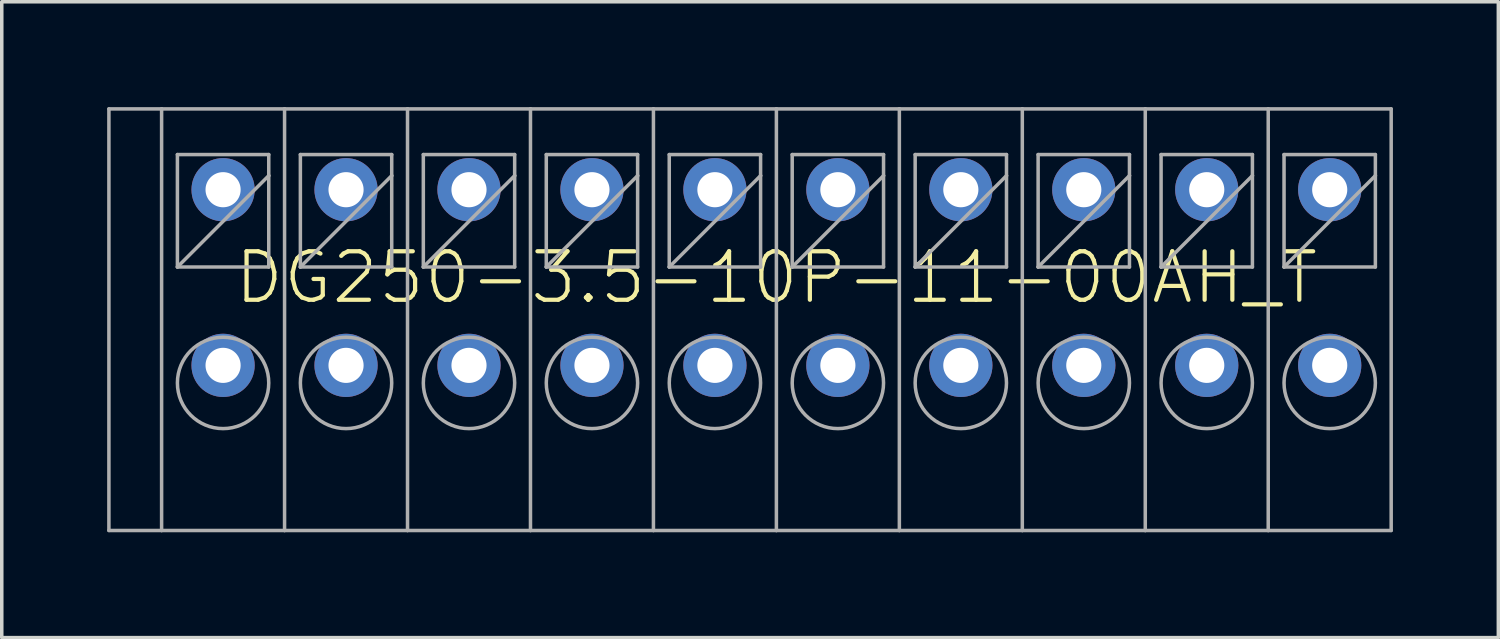
<source format=kicad_pcb>
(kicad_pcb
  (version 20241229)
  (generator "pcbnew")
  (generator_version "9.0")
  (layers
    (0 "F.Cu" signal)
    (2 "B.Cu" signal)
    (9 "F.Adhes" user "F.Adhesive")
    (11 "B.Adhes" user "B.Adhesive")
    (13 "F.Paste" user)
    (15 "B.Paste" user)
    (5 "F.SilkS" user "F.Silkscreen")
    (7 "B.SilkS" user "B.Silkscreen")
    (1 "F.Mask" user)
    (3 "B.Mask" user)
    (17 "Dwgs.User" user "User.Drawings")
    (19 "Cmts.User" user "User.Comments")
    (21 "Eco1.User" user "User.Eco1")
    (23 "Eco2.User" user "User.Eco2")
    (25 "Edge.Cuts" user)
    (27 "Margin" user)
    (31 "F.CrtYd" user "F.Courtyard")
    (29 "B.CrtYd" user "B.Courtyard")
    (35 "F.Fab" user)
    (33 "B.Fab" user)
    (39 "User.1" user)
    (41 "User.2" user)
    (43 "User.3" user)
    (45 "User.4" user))
  (footprint "DG250-3.5-10P-11-00AH_T"
    (layer "F.Cu")
    (at 19.05 4.85)
    (property "Reference" "DG250-3.5-10P-11-00AH_T" (at 0 0 0) (unlocked yes) (layer "F.SilkS") (effects (font (size 1.38 1.38) (thickness 0.12))))
    (fp_line (start -19 -4.8) (end -19 7.2) (stroke (width 0.1) (type solid)) (layer "F.Fab"))
    (fp_line (start -19 -4.8) (end -17.5 -4.8) (stroke (width 0.1) (type solid)) (layer "F.Fab"))
    (fp_line (start -19 7.2) (end -17.5 7.2) (stroke (width 0.1) (type solid)) (layer "F.Fab"))
    (fp_line (start -17.5 -4.8) (end -17.5 7.2) (stroke (width 0.1) (type solid)) (layer "F.Fab"))
    (fp_line (start -17.5 -4.8) (end -14 -4.8) (stroke (width 0.1) (type solid)) (layer "F.Fab"))
    (fp_line (start -17.5 7.2) (end -14 7.2) (stroke (width 0.1) (type solid)) (layer "F.Fab"))
    (fp_line (start -17.05 -3.5) (end -17.05 -0.3) (stroke (width 0.1) (type solid)) (layer "F.Fab"))
    (fp_line (start -17.05 -0.3) (end -14.45 -2.9) (stroke (width 0.1) (type solid)) (layer "F.Fab"))
    (fp_line (start -17.05 -0.3) (end -14.45 -0.3) (stroke (width 0.1) (type solid)) (layer "F.Fab"))
    (fp_line (start -14.45 -3.5) (end -17.05 -3.5) (stroke (width 0.1) (type solid)) (layer "F.Fab"))
    (fp_line (start -14.45 -2.9) (end -14.45 -3.5) (stroke (width 0.1) (type solid)) (layer "F.Fab"))
    (fp_line (start -14.45 -0.3) (end -14.45 -2.9) (stroke (width 0.1) (type solid)) (layer "F.Fab"))
    (fp_line (start -14 -4.8) (end -14 7.2) (stroke (width 0.1) (type solid)) (layer "F.Fab"))
    (fp_line (start -14 -4.8) (end -10.5 -4.8) (stroke (width 0.1) (type solid)) (layer "F.Fab"))
    (fp_line (start -14 7.2) (end -10.5 7.2) (stroke (width 0.1) (type solid)) (layer "F.Fab"))
    (fp_line (start -13.55 -3.5) (end -13.55 -0.3) (stroke (width 0.1) (type solid)) (layer "F.Fab"))
    (fp_line (start -13.55 -0.3) (end -10.95 -2.9) (stroke (width 0.1) (type solid)) (layer "F.Fab"))
    (fp_line (start -13.55 -0.3) (end -10.95 -0.3) (stroke (width 0.1) (type solid)) (layer "F.Fab"))
    (fp_line (start -10.95 -3.5) (end -13.55 -3.5) (stroke (width 0.1) (type solid)) (layer "F.Fab"))
    (fp_line (start -10.95 -2.9) (end -10.95 -3.5) (stroke (width 0.1) (type solid)) (layer "F.Fab"))
    (fp_line (start -10.95 -0.3) (end -10.95 -2.9) (stroke (width 0.1) (type solid)) (layer "F.Fab"))
    (fp_line (start -10.5 -4.8) (end -10.5 7.2) (stroke (width 0.1) (type solid)) (layer "F.Fab"))
    (fp_line (start -10.5 -4.8) (end -7 -4.8) (stroke (width 0.1) (type solid)) (layer "F.Fab"))
    (fp_line (start -10.5 7.2) (end -7 7.2) (stroke (width 0.1) (type solid)) (layer "F.Fab"))
    (fp_line (start -10.05 -3.5) (end -10.05 -0.3) (stroke (width 0.1) (type solid)) (layer "F.Fab"))
    (fp_line (start -10.05 -0.3) (end -7.45 -2.9) (stroke (width 0.1) (type solid)) (layer "F.Fab"))
    (fp_line (start -10.05 -0.3) (end -7.45 -0.3) (stroke (width 0.1) (type solid)) (layer "F.Fab"))
    (fp_line (start -7.45 -3.5) (end -10.05 -3.5) (stroke (width 0.1) (type solid)) (layer "F.Fab"))
    (fp_line (start -7.45 -2.9) (end -7.45 -3.5) (stroke (width 0.1) (type solid)) (layer "F.Fab"))
    (fp_line (start -7.45 -0.3) (end -7.45 -2.9) (stroke (width 0.1) (type solid)) (layer "F.Fab"))
    (fp_line (start -7 -4.8) (end -7 7.2) (stroke (width 0.1) (type solid)) (layer "F.Fab"))
    (fp_line (start -7 -4.8) (end -3.5 -4.8) (stroke (width 0.1) (type solid)) (layer "F.Fab"))
    (fp_line (start -7 7.2) (end -3.5 7.2) (stroke (width 0.1) (type solid)) (layer "F.Fab"))
    (fp_line (start -6.55 -3.5) (end -6.55 -0.3) (stroke (width 0.1) (type solid)) (layer "F.Fab"))
    (fp_line (start -6.55 -0.3) (end -3.95 -2.9) (stroke (width 0.1) (type solid)) (layer "F.Fab"))
    (fp_line (start -6.55 -0.3) (end -3.95 -0.3) (stroke (width 0.1) (type solid)) (layer "F.Fab"))
    (fp_line (start -3.95 -3.5) (end -6.55 -3.5) (stroke (width 0.1) (type solid)) (layer "F.Fab"))
    (fp_line (start -3.95 -2.9) (end -3.95 -3.5) (stroke (width 0.1) (type solid)) (layer "F.Fab"))
    (fp_line (start -3.95 -0.3) (end -3.95 -2.9) (stroke (width 0.1) (type solid)) (layer "F.Fab"))
    (fp_line (start -3.5 -4.8) (end -3.5 7.2) (stroke (width 0.1) (type solid)) (layer "F.Fab"))
    (fp_line (start -3.5 -4.8) (end 0 -4.8) (stroke (width 0.1) (type solid)) (layer "F.Fab"))
    (fp_line (start -3.5 7.2) (end 0 7.2) (stroke (width 0.1) (type solid)) (layer "F.Fab"))
    (fp_line (start -3.05 -3.5) (end -3.05 -0.3) (stroke (width 0.1) (type solid)) (layer "F.Fab"))
    (fp_line (start -3.05 -0.3) (end -0.45 -2.9) (stroke (width 0.1) (type solid)) (layer "F.Fab"))
    (fp_line (start -3.05 -0.3) (end -0.45 -0.3) (stroke (width 0.1) (type solid)) (layer "F.Fab"))
    (fp_line (start -0.45 -3.5) (end -3.05 -3.5) (stroke (width 0.1) (type solid)) (layer "F.Fab"))
    (fp_line (start -0.45 -2.9) (end -0.45 -3.5) (stroke (width 0.1) (type solid)) (layer "F.Fab"))
    (fp_line (start -0.45 -0.3) (end -0.45 -2.9) (stroke (width 0.1) (type solid)) (layer "F.Fab"))
    (fp_line (start 0 -4.8) (end 0 7.2) (stroke (width 0.1) (type solid)) (layer "F.Fab"))
    (fp_line (start 0 -4.8) (end 3.5 -4.8) (stroke (width 0.1) (type solid)) (layer "F.Fab"))
    (fp_line (start 0 7.2) (end 3.5 7.2) (stroke (width 0.1) (type solid)) (layer "F.Fab"))
    (fp_line (start 0.45 -3.5) (end 0.45 -0.3) (stroke (width 0.1) (type solid)) (layer "F.Fab"))
    (fp_line (start 0.45 -0.3) (end 3.05 -2.9) (stroke (width 0.1) (type solid)) (layer "F.Fab"))
    (fp_line (start 0.45 -0.3) (end 3.05 -0.3) (stroke (width 0.1) (type solid)) (layer "F.Fab"))
    (fp_line (start 3.05 -3.5) (end 0.45 -3.5) (stroke (width 0.1) (type solid)) (layer "F.Fab"))
    (fp_line (start 3.05 -2.9) (end 3.05 -3.5) (stroke (width 0.1) (type solid)) (layer "F.Fab"))
    (fp_line (start 3.05 -0.3) (end 3.05 -2.9) (stroke (width 0.1) (type solid)) (layer "F.Fab"))
    (fp_line (start 3.5 -4.8) (end 3.5 7.2) (stroke (width 0.1) (type solid)) (layer "F.Fab"))
    (fp_line (start 3.5 -4.8) (end 7 -4.8) (stroke (width 0.1) (type solid)) (layer "F.Fab"))
    (fp_line (start 3.5 7.2) (end 7 7.2) (stroke (width 0.1) (type solid)) (layer "F.Fab"))
    (fp_line (start 3.95 -3.5) (end 3.95 -0.3) (stroke (width 0.1) (type solid)) (layer "F.Fab"))
    (fp_line (start 3.95 -0.3) (end 6.55 -2.9) (stroke (width 0.1) (type solid)) (layer "F.Fab"))
    (fp_line (start 3.95 -0.3) (end 6.55 -0.3) (stroke (width 0.1) (type solid)) (layer "F.Fab"))
    (fp_line (start 6.55 -3.5) (end 3.95 -3.5) (stroke (width 0.1) (type solid)) (layer "F.Fab"))
    (fp_line (start 6.55 -2.9) (end 6.55 -3.5) (stroke (width 0.1) (type solid)) (layer "F.Fab"))
    (fp_line (start 6.55 -0.3) (end 6.55 -2.9) (stroke (width 0.1) (type solid)) (layer "F.Fab"))
    (fp_line (start 7 -4.8) (end 7 7.2) (stroke (width 0.1) (type solid)) (layer "F.Fab"))
    (fp_line (start 7 -4.8) (end 10.5 -4.8) (stroke (width 0.1) (type solid)) (layer "F.Fab"))
    (fp_line (start 7 7.2) (end 10.5 7.2) (stroke (width 0.1) (type solid)) (layer "F.Fab"))
    (fp_line (start 7.45 -3.5) (end 7.45 -0.3) (stroke (width 0.1) (type solid)) (layer "F.Fab"))
    (fp_line (start 7.45 -0.3) (end 10.05 -2.9) (stroke (width 0.1) (type solid)) (layer "F.Fab"))
    (fp_line (start 7.45 -0.3) (end 10.05 -0.3) (stroke (width 0.1) (type solid)) (layer "F.Fab"))
    (fp_line (start 10.05 -3.5) (end 7.45 -3.5) (stroke (width 0.1) (type solid)) (layer "F.Fab"))
    (fp_line (start 10.05 -2.9) (end 10.05 -3.5) (stroke (width 0.1) (type solid)) (layer "F.Fab"))
    (fp_line (start 10.05 -0.3) (end 10.05 -2.9) (stroke (width 0.1) (type solid)) (layer "F.Fab"))
    (fp_line (start 10.5 -4.8) (end 10.5 7.2) (stroke (width 0.1) (type solid)) (layer "F.Fab"))
    (fp_line (start 10.5 -4.8) (end 14 -4.8) (stroke (width 0.1) (type solid)) (layer "F.Fab"))
    (fp_line (start 10.5 7.2) (end 14 7.2) (stroke (width 0.1) (type solid)) (layer "F.Fab"))
    (fp_line (start 10.95 -3.5) (end 10.95 -0.3) (stroke (width 0.1) (type solid)) (layer "F.Fab"))
    (fp_line (start 10.95 -0.3) (end 13.55 -2.9) (stroke (width 0.1) (type solid)) (layer "F.Fab"))
    (fp_line (start 10.95 -0.3) (end 13.55 -0.3) (stroke (width 0.1) (type solid)) (layer "F.Fab"))
    (fp_line (start 13.55 -3.5) (end 10.95 -3.5) (stroke (width 0.1) (type solid)) (layer "F.Fab"))
    (fp_line (start 13.55 -2.9) (end 13.55 -3.5) (stroke (width 0.1) (type solid)) (layer "F.Fab"))
    (fp_line (start 13.55 -0.3) (end 13.55 -2.9) (stroke (width 0.1) (type solid)) (layer "F.Fab"))
    (fp_line (start 14 -4.8) (end 14 7.2) (stroke (width 0.1) (type solid)) (layer "F.Fab"))
    (fp_line (start 14 -4.8) (end 17.5 -4.8) (stroke (width 0.1) (type solid)) (layer "F.Fab"))
    (fp_line (start 14 7.2) (end 17.5 7.2) (stroke (width 0.1) (type solid)) (layer "F.Fab"))
    (fp_line (start 14.45 -3.5) (end 14.45 -0.3) (stroke (width 0.1) (type solid)) (layer "F.Fab"))
    (fp_line (start 14.45 -0.3) (end 17.05 -2.9) (stroke (width 0.1) (type solid)) (layer "F.Fab"))
    (fp_line (start 14.45 -0.3) (end 17.05 -0.3) (stroke (width 0.1) (type solid)) (layer "F.Fab"))
    (fp_line (start 17.05 -3.5) (end 14.45 -3.5) (stroke (width 0.1) (type solid)) (layer "F.Fab"))
    (fp_line (start 17.05 -2.9) (end 17.05 -3.5) (stroke (width 0.1) (type solid)) (layer "F.Fab"))
    (fp_line (start 17.05 -0.3) (end 17.05 -2.9) (stroke (width 0.1) (type solid)) (layer "F.Fab"))
    (fp_line (start 17.5 -4.8) (end 17.5 7.2) (stroke (width 0.1) (type solid)) (layer "F.Fab"))
    (fp_circle (center -15.75 3) (end -14.45 3) (stroke (width 0.1) (type solid)) (fill no) (layer "F.Fab"))
    (fp_circle (center -12.25 3) (end -10.95 3) (stroke (width 0.1) (type solid)) (fill no) (layer "F.Fab"))
    (fp_circle (center -8.75 3) (end -7.45 3) (stroke (width 0.1) (type solid)) (fill no) (layer "F.Fab"))
    (fp_circle (center -5.25 3) (end -3.95 3) (stroke (width 0.1) (type solid)) (fill no) (layer "F.Fab"))
    (fp_circle (center -1.75 3) (end -0.45 3) (stroke (width 0.1) (type solid)) (fill no) (layer "F.Fab"))
    (fp_circle (center 1.75 3) (end 3.05 3) (stroke (width 0.1) (type solid)) (fill no) (layer "F.Fab"))
    (fp_circle (center 5.25 3) (end 6.55 3) (stroke (width 0.1) (type solid)) (fill no) (layer "F.Fab"))
    (fp_circle (center 8.75 3) (end 10.05 3) (stroke (width 0.1) (type solid)) (fill no) (layer "F.Fab"))
    (fp_circle (center 12.25 3) (end 13.55 3) (stroke (width 0.1) (type solid)) (fill no) (layer "F.Fab"))
    (fp_circle (center 15.75 3) (end 17.05 3) (stroke (width 0.1) (type solid)) (fill no) (layer "F.Fab"))
    (pad "1A" thru_hole circle (at -15.75 -2.5) (size 1.8 1.8) (drill 1) (layers "*.Cu" "*.Mask"))
    (pad "1B" thru_hole circle (at -15.75 2.5) (size 1.8 1.8) (drill 1) (layers "*.Cu" "*.Mask"))
    (pad "2A" thru_hole circle (at -12.25 -2.5) (size 1.8 1.8) (drill 1) (layers "*.Cu" "*.Mask"))
    (pad "2B" thru_hole circle (at -12.25 2.5) (size 1.8 1.8) (drill 1) (layers "*.Cu" "*.Mask"))
    (pad "3A" thru_hole circle (at -8.75 -2.5) (size 1.8 1.8) (drill 1) (layers "*.Cu" "*.Mask"))
    (pad "3B" thru_hole circle (at -8.75 2.5) (size 1.8 1.8) (drill 1) (layers "*.Cu" "*.Mask"))
    (pad "4A" thru_hole circle (at -5.25 -2.5) (size 1.8 1.8) (drill 1) (layers "*.Cu" "*.Mask"))
    (pad "4B" thru_hole circle (at -5.25 2.5) (size 1.8 1.8) (drill 1) (layers "*.Cu" "*.Mask"))
    (pad "5A" thru_hole circle (at -1.75 -2.5) (size 1.8 1.8) (drill 1) (layers "*.Cu" "*.Mask"))
    (pad "5B" thru_hole circle (at -1.75 2.5) (size 1.8 1.8) (drill 1) (layers "*.Cu" "*.Mask"))
    (pad "6A" thru_hole circle (at 1.75 -2.5) (size 1.8 1.8) (drill 1) (layers "*.Cu" "*.Mask"))
    (pad "6B" thru_hole circle (at 1.75 2.5) (size 1.8 1.8) (drill 1) (layers "*.Cu" "*.Mask"))
    (pad "7A" thru_hole circle (at 5.25 -2.5) (size 1.8 1.8) (drill 1) (layers "*.Cu" "*.Mask"))
    (pad "7B" thru_hole circle (at 5.25 2.5) (size 1.8 1.8) (drill 1) (layers "*.Cu" "*.Mask"))
    (pad "8A" thru_hole circle (at 8.75 -2.5) (size 1.8 1.8) (drill 1) (layers "*.Cu" "*.Mask"))
    (pad "8B" thru_hole circle (at 8.75 2.5) (size 1.8 1.8) (drill 1) (layers "*.Cu" "*.Mask"))
    (pad "9A" thru_hole circle (at 12.25 -2.5) (size 1.8 1.8) (drill 1) (layers "*.Cu" "*.Mask"))
    (pad "9B" thru_hole circle (at 12.25 2.5) (size 1.8 1.8) (drill 1) (layers "*.Cu" "*.Mask"))
    (pad "10A" thru_hole circle (at 15.75 -2.5) (size 1.8 1.8) (drill 1) (layers "*.Cu" "*.Mask"))
    (pad "10B" thru_hole circle (at 15.75 2.5) (size 1.8 1.8) (drill 1) (layers "*.Cu" "*.Mask")))
  (gr_rect
    (start -3 -3)
    (end 39.6 15.1)
    (stroke (width 0.1) (type default))
    (fill no)
    (layer "Edge.Cuts")))
</source>
